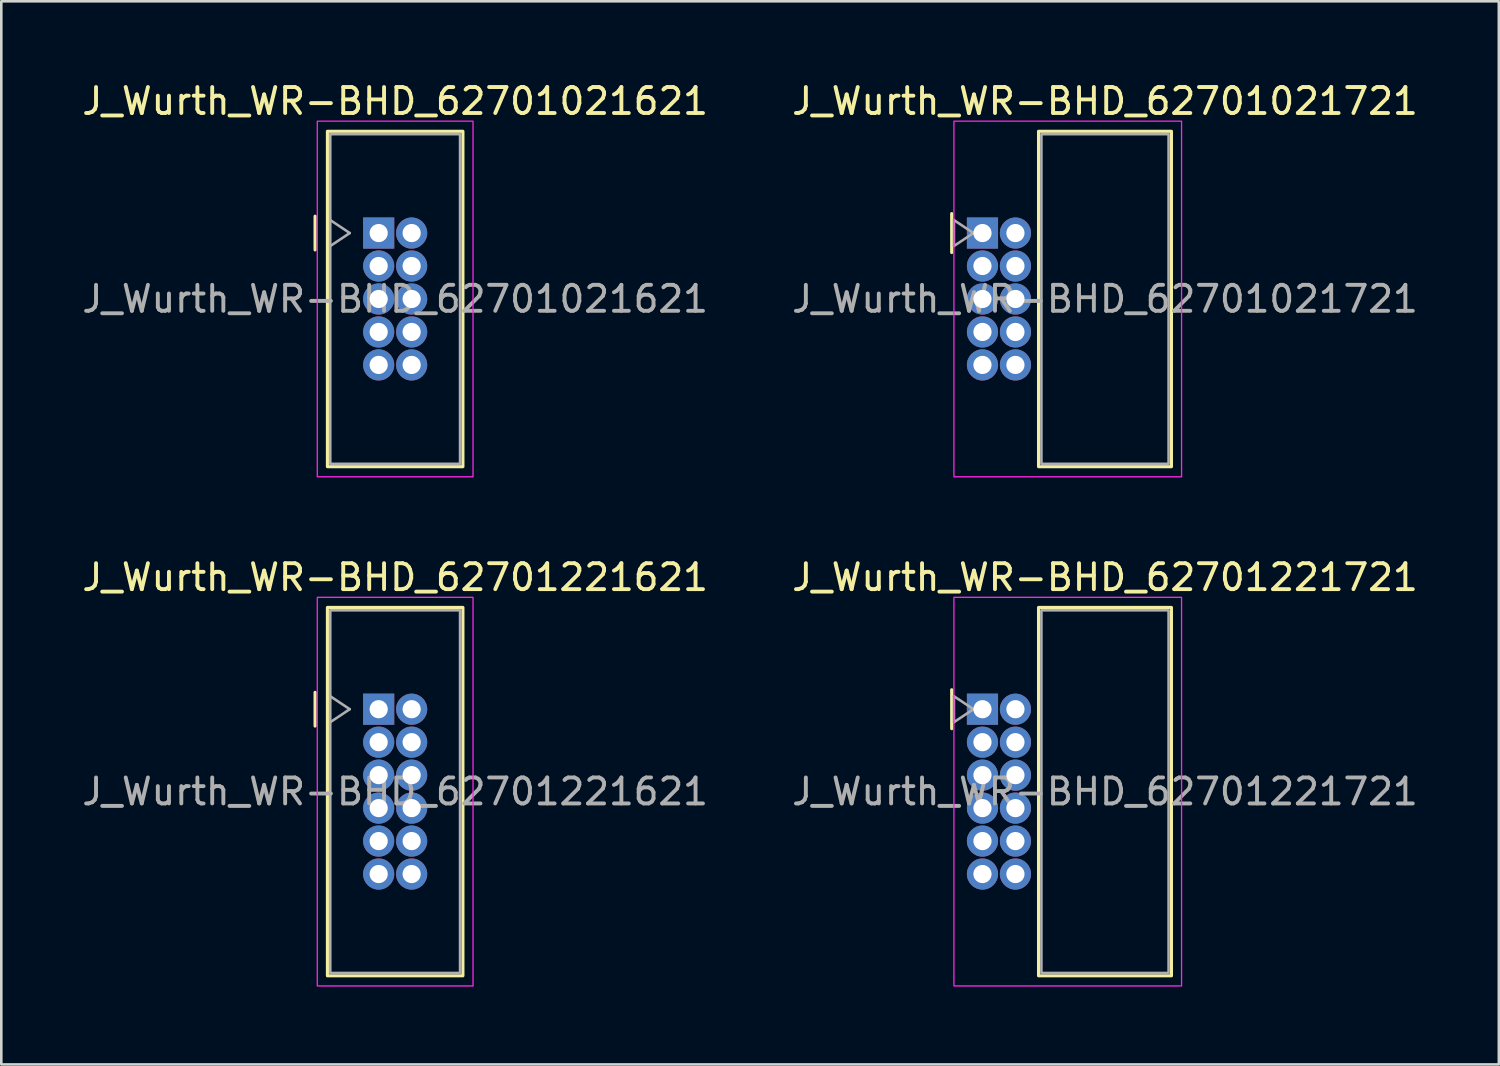
<source format=kicad_pcb>
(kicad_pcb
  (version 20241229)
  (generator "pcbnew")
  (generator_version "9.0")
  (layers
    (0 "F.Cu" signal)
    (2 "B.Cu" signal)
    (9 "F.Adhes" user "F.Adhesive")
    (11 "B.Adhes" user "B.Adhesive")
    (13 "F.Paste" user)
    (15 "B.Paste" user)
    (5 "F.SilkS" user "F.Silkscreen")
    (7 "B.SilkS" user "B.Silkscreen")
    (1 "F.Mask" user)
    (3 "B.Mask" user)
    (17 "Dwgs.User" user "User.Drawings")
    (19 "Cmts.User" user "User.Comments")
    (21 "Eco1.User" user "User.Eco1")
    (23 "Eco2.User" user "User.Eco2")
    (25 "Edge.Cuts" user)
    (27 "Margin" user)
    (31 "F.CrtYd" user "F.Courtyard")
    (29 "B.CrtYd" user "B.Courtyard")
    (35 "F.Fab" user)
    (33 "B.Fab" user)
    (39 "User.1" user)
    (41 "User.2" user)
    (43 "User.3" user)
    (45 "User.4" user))
  (footprint "J_Wurth_WR-BHD_62701221721"
    (layer "F.Cu")
    (at 34.798 24.271)
    (property "Reference" "J_Wurth_WR-BHD_62701221721" (at 4.72 -5.08 0) (unlocked yes) (layer "F.SilkS") (effects (font (size 1 1) (thickness 0.15))))
    (attr through_hole)
    (fp_line (start -1.185 -0.75) (end -1.185 0.75) (stroke (width 0.12) (type solid)) (layer "F.SilkS"))
    (fp_rect (start 2.16 -3.92) (end 7.28 10.27) (stroke (width 0.12) (type solid)) (fill no) (layer "F.SilkS"))
    (fp_rect (start -1.1 -4.31) (end 7.67 10.66) (stroke (width 0.05) (type solid)) (fill no) (layer "F.CrtYd"))
    (fp_line (start -1.1 0.5) (end -1.1 -0.5) (stroke (width 0.1) (type default)) (layer "F.Fab"))
    (fp_line (start -0.35 0) (end -1.1 -0.5) (stroke (width 0.1) (type solid)) (layer "F.Fab"))
    (fp_line (start -0.35 0) (end -1.1 0.5) (stroke (width 0.1) (type solid)) (layer "F.Fab"))
    (fp_rect (start 2.27 -3.81) (end 7.17 10.16) (stroke (width 0.1) (type solid)) (fill no) (layer "F.Fab"))
    (fp_text user "${REFERENCE}" (at 4.72 3.175 0) (unlocked yes) (layer "F.Fab") (effects (font (size 1 1) (thickness 0.15))))
    (pad "1" thru_hole rect (at 0 0 90) (size 1.2 1.2) (drill 0.7) (layers "*.Cu" "*.Mask"))
    (pad "2" thru_hole circle (at 1.27 0 90) (size 1.2 1.2) (drill 0.7) (layers "*.Cu" "*.Mask"))
    (pad "3" thru_hole circle (at 0 1.27 90) (size 1.2 1.2) (drill 0.7) (layers "*.Cu" "*.Mask"))
    (pad "4" thru_hole circle (at 1.27 1.27 90) (size 1.2 1.2) (drill 0.7) (layers "*.Cu" "*.Mask"))
    (pad "5" thru_hole circle (at 0 2.54 90) (size 1.2 1.2) (drill 0.7) (layers "*.Cu" "*.Mask"))
    (pad "6" thru_hole circle (at 1.27 2.54 90) (size 1.2 1.2) (drill 0.7) (layers "*.Cu" "*.Mask"))
    (pad "7" thru_hole circle (at 0 3.81 90) (size 1.2 1.2) (drill 0.7) (layers "*.Cu" "*.Mask"))
    (pad "8" thru_hole circle (at 1.27 3.81 90) (size 1.2 1.2) (drill 0.7) (layers "*.Cu" "*.Mask"))
    (pad "9" thru_hole circle (at 0 5.08 90) (size 1.2 1.2) (drill 0.7) (layers "*.Cu" "*.Mask"))
    (pad "10" thru_hole circle (at 1.27 5.08 90) (size 1.2 1.2) (drill 0.7) (layers "*.Cu" "*.Mask"))
    (pad "11" thru_hole circle (at 0 6.35 90) (size 1.2 1.2) (drill 0.7) (layers "*.Cu" "*.Mask"))
    (pad "12" thru_hole circle (at 1.27 6.35 90) (size 1.2 1.2) (drill 0.7) (layers "*.Cu" "*.Mask")))
  (footprint "J_Wurth_WR-BHD_62701021721"
    (layer "F.Cu")
    (at 34.798 5.928)
    (property "Reference" "J_Wurth_WR-BHD_62701021721" (at 4.72 -5.08 0) (unlocked yes) (layer "F.SilkS") (effects (font (size 1 1) (thickness 0.15))))
    (attr through_hole)
    (fp_line (start -1.185 -0.75) (end -1.185 0.75) (stroke (width 0.12) (type solid)) (layer "F.SilkS"))
    (fp_rect (start 2.16 -3.92) (end 7.28 9) (stroke (width 0.12) (type default)) (fill no) (layer "F.SilkS"))
    (fp_rect (start -1.1 -4.31) (end 7.67 9.39) (stroke (width 0.05) (type solid)) (fill no) (layer "F.CrtYd"))
    (fp_line (start -1.1 0.5) (end -1.1 -0.5) (stroke (width 0.1) (type default)) (layer "F.Fab"))
    (fp_line (start -0.35 0) (end -1.1 -0.5) (stroke (width 0.1) (type solid)) (layer "F.Fab"))
    (fp_line (start -0.35 0) (end -1.1 0.5) (stroke (width 0.1) (type solid)) (layer "F.Fab"))
    (fp_rect (start 2.27 -3.81) (end 7.17 8.89) (stroke (width 0.1) (type solid)) (fill no) (layer "F.Fab"))
    (fp_text user "${REFERENCE}" (at 4.72 2.54 0) (unlocked yes) (layer "F.Fab") (effects (font (size 1 1) (thickness 0.15))))
    (pad "1" thru_hole rect (at 0 0 90) (size 1.2 1.2) (drill 0.7) (layers "*.Cu" "*.Mask"))
    (pad "2" thru_hole circle (at 1.27 0 90) (size 1.2 1.2) (drill 0.7) (layers "*.Cu" "*.Mask"))
    (pad "3" thru_hole circle (at 0 1.27 90) (size 1.2 1.2) (drill 0.7) (layers "*.Cu" "*.Mask"))
    (pad "4" thru_hole circle (at 1.27 1.27 90) (size 1.2 1.2) (drill 0.7) (layers "*.Cu" "*.Mask"))
    (pad "5" thru_hole circle (at 0 2.54 90) (size 1.2 1.2) (drill 0.7) (layers "*.Cu" "*.Mask"))
    (pad "6" thru_hole circle (at 1.27 2.54 90) (size 1.2 1.2) (drill 0.7) (layers "*.Cu" "*.Mask"))
    (pad "7" thru_hole circle (at 0 3.81 90) (size 1.2 1.2) (drill 0.7) (layers "*.Cu" "*.Mask"))
    (pad "8" thru_hole circle (at 1.27 3.81 90) (size 1.2 1.2) (drill 0.7) (layers "*.Cu" "*.Mask"))
    (pad "9" thru_hole circle (at 0 5.08 90) (size 1.2 1.2) (drill 0.7) (layers "*.Cu" "*.Mask"))
    (pad "10" thru_hole circle (at 1.27 5.08 90) (size 1.2 1.2) (drill 0.7) (layers "*.Cu" "*.Mask")))
  (footprint "J_Wurth_WR-BHD_62701221621"
    (layer "F.Cu")
    (at 11.538 24.271)
    (property "Reference" "J_Wurth_WR-BHD_62701221621" (at 0.635 -5.08 0) (unlocked yes) (layer "F.SilkS") (effects (font (size 1 1) (thickness 0.15))))
    (attr through_hole)
    (fp_line (start -2.45 -0.65) (end -2.45 0.65) (stroke (width 0.12) (type solid)) (layer "F.SilkS"))
    (fp_rect (start -1.975 -3.92) (end 3.245 10.27) (stroke (width 0.12) (type default)) (fill no) (layer "F.SilkS"))
    (fp_rect (start -2.365 -4.31) (end 3.635 10.66) (stroke (width 0.05) (type solid)) (fill no) (layer "F.CrtYd"))
    (fp_line (start -1.115 0) (end -1.865 -0.5) (stroke (width 0.1) (type solid)) (layer "F.Fab"))
    (fp_line (start -1.115 0) (end -1.865 0.5) (stroke (width 0.1) (type solid)) (layer "F.Fab"))
    (fp_rect (start -1.865 -3.81) (end 3.135 10.16) (stroke (width 0.1) (type solid)) (fill no) (layer "F.Fab"))
    (fp_text user "${REFERENCE}" (at 0.635 3.175 0) (unlocked yes) (layer "F.Fab") (effects (font (size 1 1) (thickness 0.15))))
    (pad "1" thru_hole rect (at 0 0 90) (size 1.2 1.2) (drill 0.7) (layers "*.Cu" "*.Mask"))
    (pad "2" thru_hole circle (at 1.27 0 90) (size 1.2 1.2) (drill 0.7) (layers "*.Cu" "*.Mask"))
    (pad "3" thru_hole circle (at 0 1.27 90) (size 1.2 1.2) (drill 0.7) (layers "*.Cu" "*.Mask"))
    (pad "4" thru_hole circle (at 1.27 1.27 90) (size 1.2 1.2) (drill 0.7) (layers "*.Cu" "*.Mask"))
    (pad "5" thru_hole circle (at 0 2.54 90) (size 1.2 1.2) (drill 0.7) (layers "*.Cu" "*.Mask"))
    (pad "6" thru_hole circle (at 1.27 2.54 90) (size 1.2 1.2) (drill 0.7) (layers "*.Cu" "*.Mask"))
    (pad "7" thru_hole circle (at 0 3.81 90) (size 1.2 1.2) (drill 0.7) (layers "*.Cu" "*.Mask"))
    (pad "8" thru_hole circle (at 1.27 3.81 90) (size 1.2 1.2) (drill 0.7) (layers "*.Cu" "*.Mask"))
    (pad "9" thru_hole circle (at 0 5.08 90) (size 1.2 1.2) (drill 0.7) (layers "*.Cu" "*.Mask"))
    (pad "10" thru_hole circle (at 1.27 5.08 90) (size 1.2 1.2) (drill 0.7) (layers "*.Cu" "*.Mask"))
    (pad "11" thru_hole circle (at 0 6.35 90) (size 1.2 1.2) (drill 0.7) (layers "*.Cu" "*.Mask"))
    (pad "12" thru_hole circle (at 1.27 6.35 90) (size 1.2 1.2) (drill 0.7) (layers "*.Cu" "*.Mask")))
  (footprint "J_Wurth_WR-BHD_62701021621"
    (layer "F.Cu")
    (at 11.538 5.928)
    (property "Reference" "J_Wurth_WR-BHD_62701021621" (at 0.635 -5.08 0) (unlocked yes) (layer "F.SilkS") (effects (font (size 1 1) (thickness 0.15))))
    (attr through_hole)
    (fp_line (start -2.45 -0.65) (end -2.45 0.65) (stroke (width 0.12) (type solid)) (layer "F.SilkS"))
    (fp_rect (start -1.975 -3.92) (end 3.245 9) (stroke (width 0.12) (type default)) (fill no) (layer "F.SilkS"))
    (fp_rect (start -2.365 -4.31) (end 3.635 9.39) (stroke (width 0.05) (type default)) (fill no) (layer "F.CrtYd"))
    (fp_line (start -1.115 0) (end -1.865 -0.5) (stroke (width 0.1) (type solid)) (layer "F.Fab"))
    (fp_line (start -1.115 0) (end -1.865 0.5) (stroke (width 0.1) (type solid)) (layer "F.Fab"))
    (fp_rect (start -1.865 -3.81) (end 3.135 8.89) (stroke (width 0.1) (type solid)) (fill no) (layer "F.Fab"))
    (fp_text user "${REFERENCE}" (at 0.635 2.54 0) (unlocked yes) (layer "F.Fab") (effects (font (size 1 1) (thickness 0.15))))
    (pad "1" thru_hole rect (at 0 0 90) (size 1.2 1.2) (drill 0.7) (layers "*.Cu" "*.Mask"))
    (pad "2" thru_hole circle (at 1.27 0 90) (size 1.2 1.2) (drill 0.7) (layers "*.Cu" "*.Mask"))
    (pad "3" thru_hole circle (at 0 1.27 90) (size 1.2 1.2) (drill 0.7) (layers "*.Cu" "*.Mask"))
    (pad "4" thru_hole circle (at 1.27 1.27 90) (size 1.2 1.2) (drill 0.7) (layers "*.Cu" "*.Mask"))
    (pad "5" thru_hole circle (at 0 2.54 90) (size 1.2 1.2) (drill 0.7) (layers "*.Cu" "*.Mask"))
    (pad "6" thru_hole circle (at 1.27 2.54 90) (size 1.2 1.2) (drill 0.7) (layers "*.Cu" "*.Mask"))
    (pad "7" thru_hole circle (at 0 3.81 90) (size 1.2 1.2) (drill 0.7) (layers "*.Cu" "*.Mask"))
    (pad "8" thru_hole circle (at 1.27 3.81 90) (size 1.2 1.2) (drill 0.7) (layers "*.Cu" "*.Mask"))
    (pad "9" thru_hole circle (at 0 5.08 90) (size 1.2 1.2) (drill 0.7) (layers "*.Cu" "*.Mask"))
    (pad "10" thru_hole circle (at 1.27 5.08 90) (size 1.2 1.2) (drill 0.7) (layers "*.Cu" "*.Mask")))
  (gr_rect
    (start -3 -3)
    (end 54.69 37.956)
    (stroke (width 0.1) (type default))
    (fill no)
    (layer "Edge.Cuts")))
</source>
